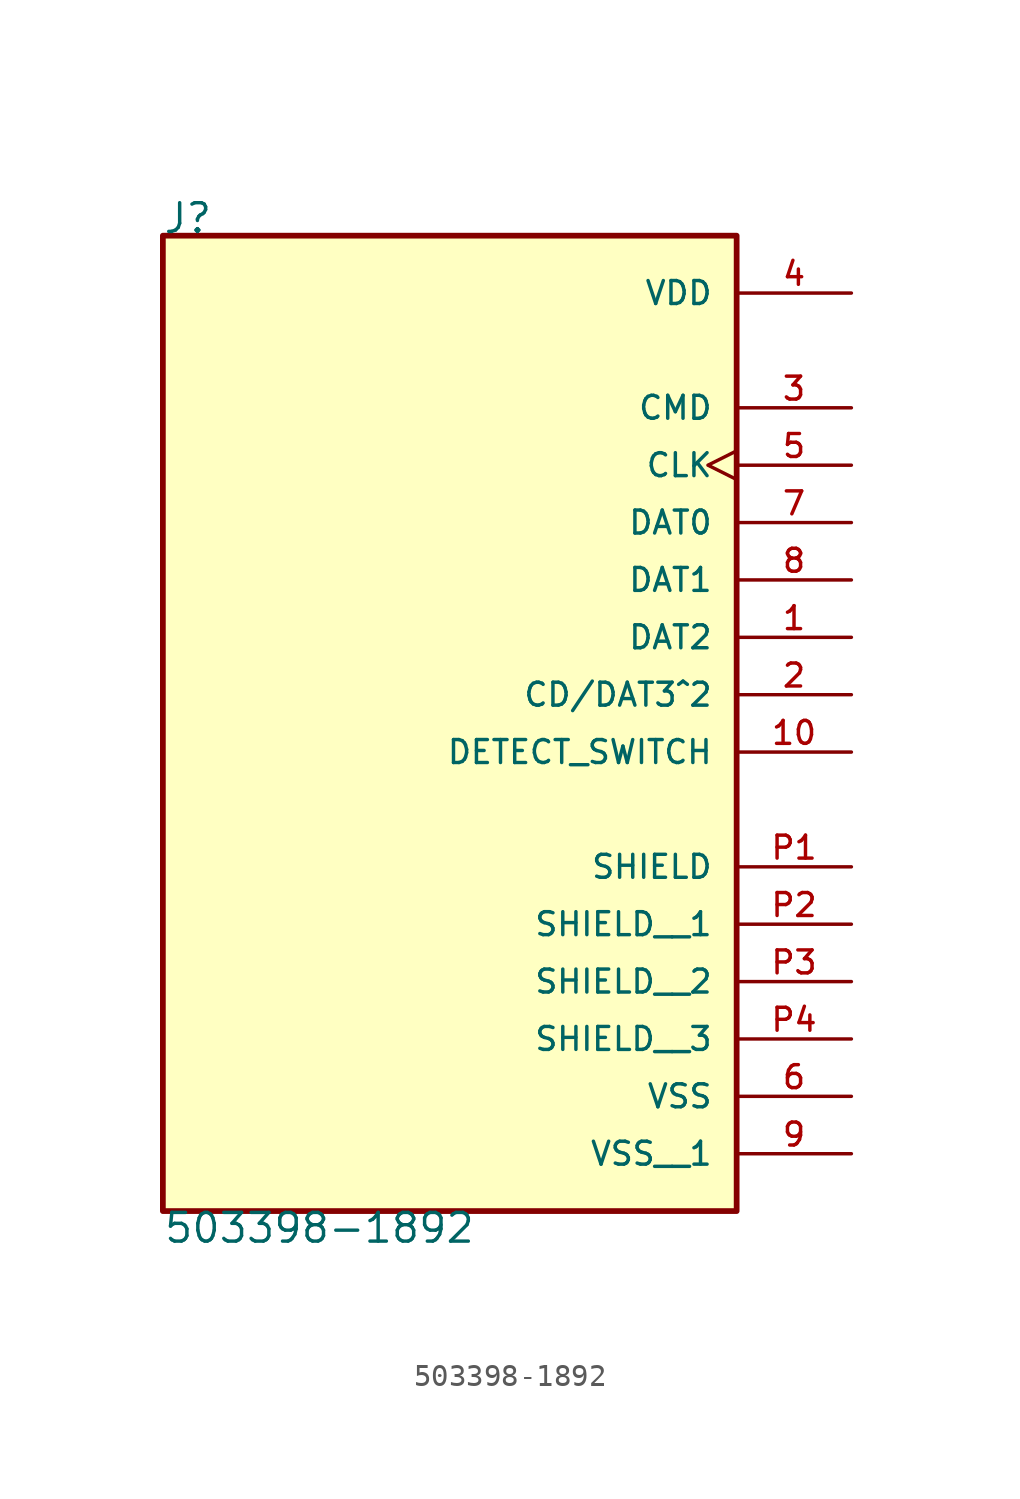
<source format=kicad_sym>
(kicad_symbol_lib
  (version 20211014)
  (generator kicad_symbol_editor)
  (symbol "503398-1892"
    (pin_names
      (offset 1.016))
    (property "Reference" "J"
      (at -12.722 15.266 0)
      (effects (font (size 1.27 1.27)) (justify bottom left)))
    (property "Value" "503398-1892"
      (at -12.704 -27.946 0.0)
      (effects (font (size 1.27 1.27)) (justify top left)))
    (symbol "503398-1892_0_0"
      (rectangle (start -12.7 -27.94) (end 12.7 15.24) (stroke (width 0.254)) (fill (type background)))
      (pin passive line (at 17.78 -2.54 180.0) (length 5.08) (name "DAT2" (effects (font (size 1.016 1.016)))) (number "1" (effects (font (size 1.016 1.016)))))
      (pin passive line (at 17.78 -5.08 180.0) (length 5.08) (name "CD/DAT3^2" (effects (font (size 1.016 1.016)))) (number "2" (effects (font (size 1.016 1.016)))))
      (pin passive line (at 17.78 7.62 180.0) (length 5.08) (name "CMD" (effects (font (size 1.016 1.016)))) (number "3" (effects (font (size 1.016 1.016)))))
      (pin power_in line (at 17.78 12.7 180.0) (length 5.08) (name "VDD" (effects (font (size 1.016 1.016)))) (number "4" (effects (font (size 1.016 1.016)))))
      (pin passive clock (at 17.78 5.08 180.0) (length 5.08) (name "CLK" (effects (font (size 1.016 1.016)))) (number "5" (effects (font (size 1.016 1.016)))))
      (pin power_in line (at 17.78 -22.86 180.0) (length 5.08) (name "VSS" (effects (font (size 1.016 1.016)))) (number "6" (effects (font (size 1.016 1.016)))))
      (pin passive line (at 17.78 2.54 180.0) (length 5.08) (name "DAT0" (effects (font (size 1.016 1.016)))) (number "7" (effects (font (size 1.016 1.016)))))
      (pin passive line (at 17.78 0.0 180.0) (length 5.08) (name "DAT1" (effects (font (size 1.016 1.016)))) (number "8" (effects (font (size 1.016 1.016)))))
      (pin passive line (at 17.78 -7.62 180.0) (length 5.08) (name "DETECT_SWITCH" (effects (font (size 1.016 1.016)))) (number "10" (effects (font (size 1.016 1.016)))))
      (pin passive line (at 17.78 -12.7 180.0) (length 5.08) (name "SHIELD" (effects (font (size 1.016 1.016)))) (number "P1" (effects (font (size 1.016 1.016)))))
      (pin passive line (at 17.78 -15.24 180.0) (length 5.08) (name "SHIELD__1" (effects (font (size 1.016 1.016)))) (number "P2" (effects (font (size 1.016 1.016)))))
      (pin passive line (at 17.78 -17.78 180.0) (length 5.08) (name "SHIELD__2" (effects (font (size 1.016 1.016)))) (number "P3" (effects (font (size 1.016 1.016)))))
      (pin passive line (at 17.78 -20.32 180.0) (length 5.08) (name "SHIELD__3" (effects (font (size 1.016 1.016)))) (number "P4" (effects (font (size 1.016 1.016)))))
      (pin power_in line (at 17.78 -25.4 180.0) (length 5.08) (name "VSS__1" (effects (font (size 1.016 1.016)))) (number "9" (effects (font (size 1.016 1.016))))))))
</source>
